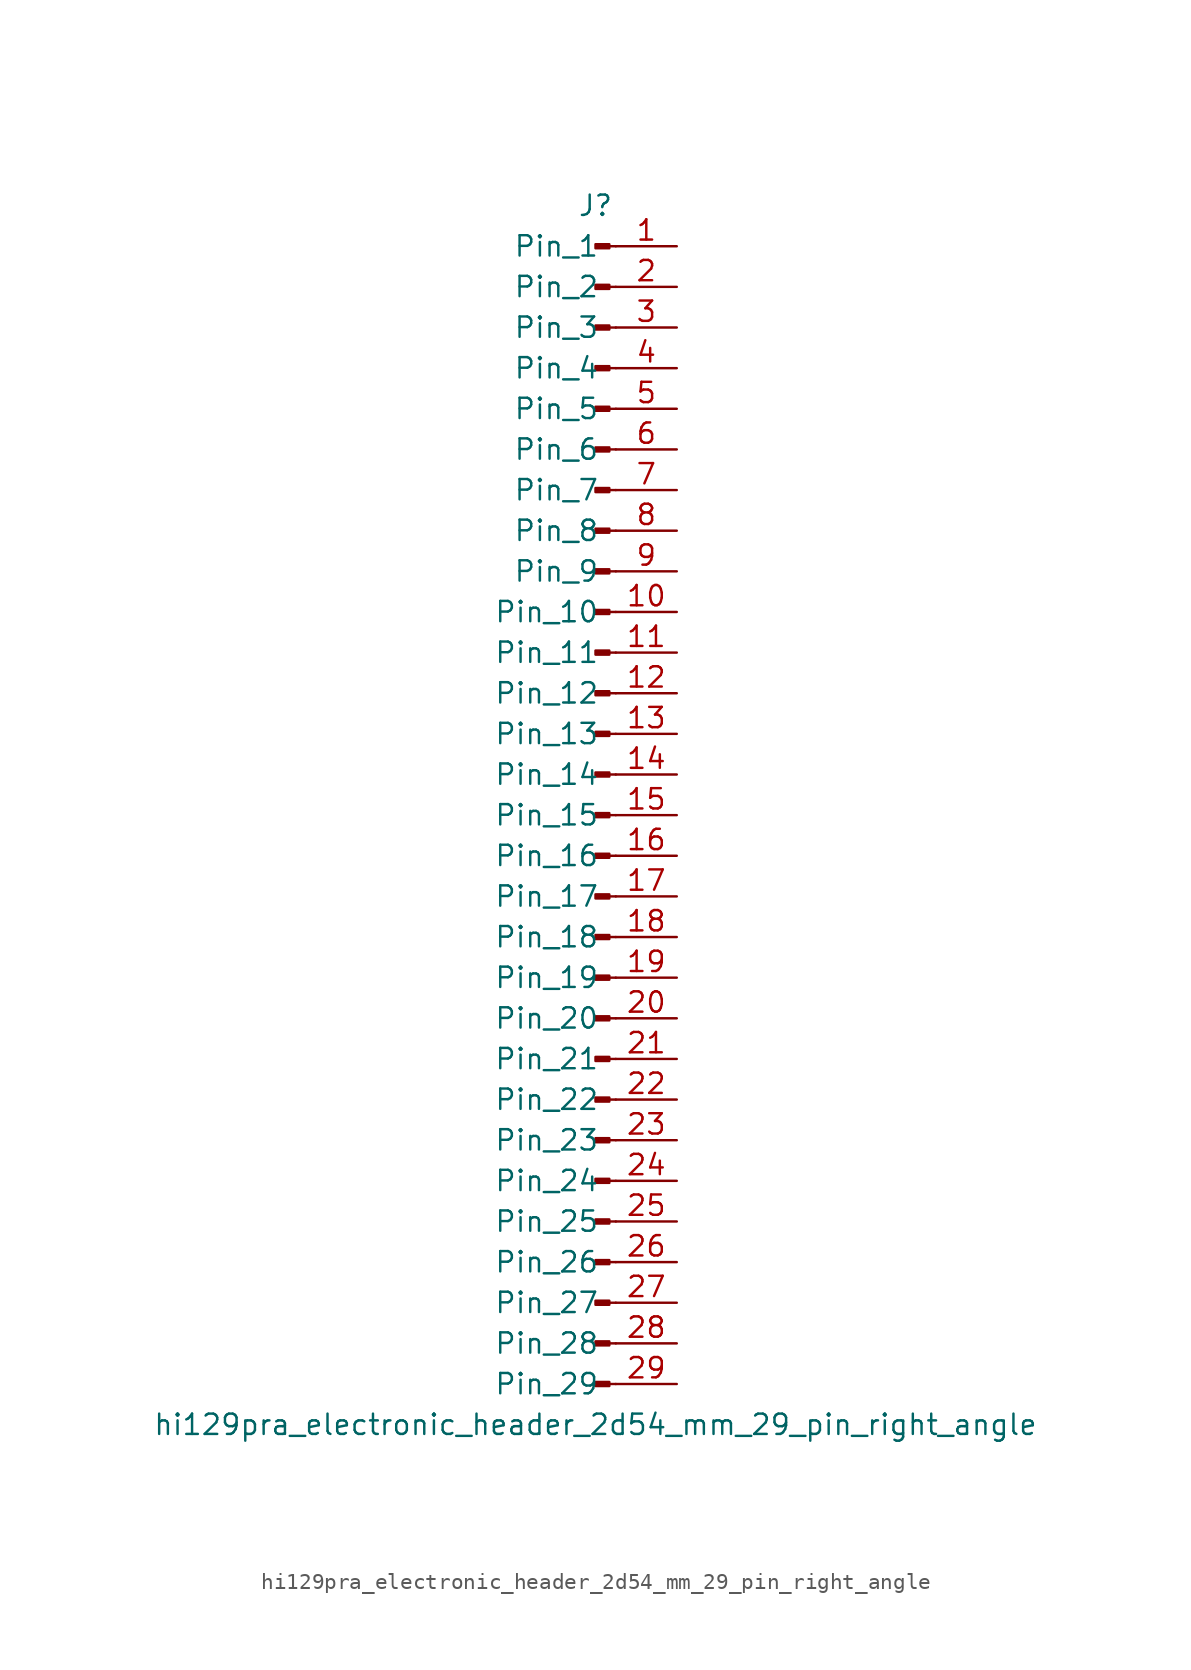
<source format=kicad_sym>
(kicad_symbol_lib
  (version 20220914)
  (generator kicad_symbol_editor)
  (symbol "hi129pra_electronic_header_2d54_mm_29_pin_right_angle"
    (pin_names
      (offset 1.016))
    (property "Reference" "J"
      (at 0 38.1 0)
      (effects (font (size 1.27 1.27))))
    (property "Value" "hi129pra_electronic_header_2d54_mm_29_pin_right_angle"
      (at 0 -38.1 0)
      (effects (font (size 1.27 1.27))))
    (property "ki_locked" ""
      (at 0 0 0)
      (effects (font (size 1.27 1.27))))
    (symbol "hi129pra_electronic_header_2d54_mm_29_pin_right_angle_1_1"
      (polyline (pts (xy 1.27 -35.56) (xy 0.864 -35.56)) (stroke (width 0.152) (type default)) (fill (type none)))
      (polyline (pts (xy 1.27 -33.02) (xy 0.864 -33.02)) (stroke (width 0.152) (type default)) (fill (type none)))
      (polyline (pts (xy 1.27 -30.48) (xy 0.864 -30.48)) (stroke (width 0.152) (type default)) (fill (type none)))
      (polyline (pts (xy 1.27 -27.94) (xy 0.864 -27.94)) (stroke (width 0.152) (type default)) (fill (type none)))
      (polyline (pts (xy 1.27 -25.4) (xy 0.864 -25.4)) (stroke (width 0.152) (type default)) (fill (type none)))
      (polyline (pts (xy 1.27 -22.86) (xy 0.864 -22.86)) (stroke (width 0.152) (type default)) (fill (type none)))
      (polyline (pts (xy 1.27 -20.32) (xy 0.864 -20.32)) (stroke (width 0.152) (type default)) (fill (type none)))
      (polyline (pts (xy 1.27 -17.78) (xy 0.864 -17.78)) (stroke (width 0.152) (type default)) (fill (type none)))
      (polyline (pts (xy 1.27 -15.24) (xy 0.864 -15.24)) (stroke (width 0.152) (type default)) (fill (type none)))
      (polyline (pts (xy 1.27 -12.7) (xy 0.864 -12.7)) (stroke (width 0.152) (type default)) (fill (type none)))
      (polyline (pts (xy 1.27 -10.16) (xy 0.864 -10.16)) (stroke (width 0.152) (type default)) (fill (type none)))
      (polyline (pts (xy 1.27 -7.62) (xy 0.864 -7.62)) (stroke (width 0.152) (type default)) (fill (type none)))
      (polyline (pts (xy 1.27 -5.08) (xy 0.864 -5.08)) (stroke (width 0.152) (type default)) (fill (type none)))
      (polyline (pts (xy 1.27 -2.54) (xy 0.864 -2.54)) (stroke (width 0.152) (type default)) (fill (type none)))
      (polyline (pts (xy 1.27 0) (xy 0.864 0)) (stroke (width 0.152) (type default)) (fill (type none)))
      (polyline (pts (xy 1.27 2.54) (xy 0.864 2.54)) (stroke (width 0.152) (type default)) (fill (type none)))
      (polyline (pts (xy 1.27 5.08) (xy 0.864 5.08)) (stroke (width 0.152) (type default)) (fill (type none)))
      (polyline (pts (xy 1.27 7.62) (xy 0.864 7.62)) (stroke (width 0.152) (type default)) (fill (type none)))
      (polyline (pts (xy 1.27 10.16) (xy 0.864 10.16)) (stroke (width 0.152) (type default)) (fill (type none)))
      (polyline (pts (xy 1.27 12.7) (xy 0.864 12.7)) (stroke (width 0.152) (type default)) (fill (type none)))
      (polyline (pts (xy 1.27 15.24) (xy 0.864 15.24)) (stroke (width 0.152) (type default)) (fill (type none)))
      (polyline (pts (xy 1.27 17.78) (xy 0.864 17.78)) (stroke (width 0.152) (type default)) (fill (type none)))
      (polyline (pts (xy 1.27 20.32) (xy 0.864 20.32)) (stroke (width 0.152) (type default)) (fill (type none)))
      (polyline (pts (xy 1.27 22.86) (xy 0.864 22.86)) (stroke (width 0.152) (type default)) (fill (type none)))
      (polyline (pts (xy 1.27 25.4) (xy 0.864 25.4)) (stroke (width 0.152) (type default)) (fill (type none)))
      (polyline (pts (xy 1.27 27.94) (xy 0.864 27.94)) (stroke (width 0.152) (type default)) (fill (type none)))
      (polyline (pts (xy 1.27 30.48) (xy 0.864 30.48)) (stroke (width 0.152) (type default)) (fill (type none)))
      (polyline (pts (xy 1.27 33.02) (xy 0.864 33.02)) (stroke (width 0.152) (type default)) (fill (type none)))
      (polyline (pts (xy 1.27 35.56) (xy 0.864 35.56)) (stroke (width 0.152) (type default)) (fill (type none)))
      (rectangle (start 0.864 -35.433) (end 0 -35.687) (stroke (width 0.152) (type default)) (fill (type outline)))
      (rectangle (start 0.864 -32.893) (end 0 -33.147) (stroke (width 0.152) (type default)) (fill (type outline)))
      (rectangle (start 0.864 -30.353) (end 0 -30.607) (stroke (width 0.152) (type default)) (fill (type outline)))
      (rectangle (start 0.864 -27.813) (end 0 -28.067) (stroke (width 0.152) (type default)) (fill (type outline)))
      (rectangle (start 0.864 -25.273) (end 0 -25.527) (stroke (width 0.152) (type default)) (fill (type outline)))
      (rectangle (start 0.864 -22.733) (end 0 -22.987) (stroke (width 0.152) (type default)) (fill (type outline)))
      (rectangle (start 0.864 -20.193) (end 0 -20.447) (stroke (width 0.152) (type default)) (fill (type outline)))
      (rectangle (start 0.864 -17.653) (end 0 -17.907) (stroke (width 0.152) (type default)) (fill (type outline)))
      (rectangle (start 0.864 -15.113) (end 0 -15.367) (stroke (width 0.152) (type default)) (fill (type outline)))
      (rectangle (start 0.864 -12.573) (end 0 -12.827) (stroke (width 0.152) (type default)) (fill (type outline)))
      (rectangle (start 0.864 -10.033) (end 0 -10.287) (stroke (width 0.152) (type default)) (fill (type outline)))
      (rectangle (start 0.864 -7.493) (end 0 -7.747) (stroke (width 0.152) (type default)) (fill (type outline)))
      (rectangle (start 0.864 -4.953) (end 0 -5.207) (stroke (width 0.152) (type default)) (fill (type outline)))
      (rectangle (start 0.864 -2.413) (end 0 -2.667) (stroke (width 0.152) (type default)) (fill (type outline)))
      (rectangle (start 0.864 0.127) (end 0 -0.127) (stroke (width 0.152) (type default)) (fill (type outline)))
      (rectangle (start 0.864 2.667) (end 0 2.413) (stroke (width 0.152) (type default)) (fill (type outline)))
      (rectangle (start 0.864 5.207) (end 0 4.953) (stroke (width 0.152) (type default)) (fill (type outline)))
      (rectangle (start 0.864 7.747) (end 0 7.493) (stroke (width 0.152) (type default)) (fill (type outline)))
      (rectangle (start 0.864 10.287) (end 0 10.033) (stroke (width 0.152) (type default)) (fill (type outline)))
      (rectangle (start 0.864 12.827) (end 0 12.573) (stroke (width 0.152) (type default)) (fill (type outline)))
      (rectangle (start 0.864 15.367) (end 0 15.113) (stroke (width 0.152) (type default)) (fill (type outline)))
      (rectangle (start 0.864 17.907) (end 0 17.653) (stroke (width 0.152) (type default)) (fill (type outline)))
      (rectangle (start 0.864 20.447) (end 0 20.193) (stroke (width 0.152) (type default)) (fill (type outline)))
      (rectangle (start 0.864 22.987) (end 0 22.733) (stroke (width 0.152) (type default)) (fill (type outline)))
      (rectangle (start 0.864 25.527) (end 0 25.273) (stroke (width 0.152) (type default)) (fill (type outline)))
      (rectangle (start 0.864 28.067) (end 0 27.813) (stroke (width 0.152) (type default)) (fill (type outline)))
      (rectangle (start 0.864 30.607) (end 0 30.353) (stroke (width 0.152) (type default)) (fill (type outline)))
      (rectangle (start 0.864 33.147) (end 0 32.893) (stroke (width 0.152) (type default)) (fill (type outline)))
      (rectangle (start 0.864 35.687) (end 0 35.433) (stroke (width 0.152) (type default)) (fill (type outline)))
      (pin passive line (at 5.08 35.56 180) (length 3.81) (name "Pin_1" (effects (font (size 1.27 1.27)))) (number "1" (effects (font (size 1.27 1.27)))))
      (pin passive line (at 5.08 12.7 180) (length 3.81) (name "Pin_10" (effects (font (size 1.27 1.27)))) (number "10" (effects (font (size 1.27 1.27)))))
      (pin passive line (at 5.08 10.16 180) (length 3.81) (name "Pin_11" (effects (font (size 1.27 1.27)))) (number "11" (effects (font (size 1.27 1.27)))))
      (pin passive line (at 5.08 7.62 180) (length 3.81) (name "Pin_12" (effects (font (size 1.27 1.27)))) (number "12" (effects (font (size 1.27 1.27)))))
      (pin passive line (at 5.08 5.08 180) (length 3.81) (name "Pin_13" (effects (font (size 1.27 1.27)))) (number "13" (effects (font (size 1.27 1.27)))))
      (pin passive line (at 5.08 2.54 180) (length 3.81) (name "Pin_14" (effects (font (size 1.27 1.27)))) (number "14" (effects (font (size 1.27 1.27)))))
      (pin passive line (at 5.08 0 180) (length 3.81) (name "Pin_15" (effects (font (size 1.27 1.27)))) (number "15" (effects (font (size 1.27 1.27)))))
      (pin passive line (at 5.08 -2.54 180) (length 3.81) (name "Pin_16" (effects (font (size 1.27 1.27)))) (number "16" (effects (font (size 1.27 1.27)))))
      (pin passive line (at 5.08 -5.08 180) (length 3.81) (name "Pin_17" (effects (font (size 1.27 1.27)))) (number "17" (effects (font (size 1.27 1.27)))))
      (pin passive line (at 5.08 -7.62 180) (length 3.81) (name "Pin_18" (effects (font (size 1.27 1.27)))) (number "18" (effects (font (size 1.27 1.27)))))
      (pin passive line (at 5.08 -10.16 180) (length 3.81) (name "Pin_19" (effects (font (size 1.27 1.27)))) (number "19" (effects (font (size 1.27 1.27)))))
      (pin passive line (at 5.08 33.02 180) (length 3.81) (name "Pin_2" (effects (font (size 1.27 1.27)))) (number "2" (effects (font (size 1.27 1.27)))))
      (pin passive line (at 5.08 -12.7 180) (length 3.81) (name "Pin_20" (effects (font (size 1.27 1.27)))) (number "20" (effects (font (size 1.27 1.27)))))
      (pin passive line (at 5.08 -15.24 180) (length 3.81) (name "Pin_21" (effects (font (size 1.27 1.27)))) (number "21" (effects (font (size 1.27 1.27)))))
      (pin passive line (at 5.08 -17.78 180) (length 3.81) (name "Pin_22" (effects (font (size 1.27 1.27)))) (number "22" (effects (font (size 1.27 1.27)))))
      (pin passive line (at 5.08 -20.32 180) (length 3.81) (name "Pin_23" (effects (font (size 1.27 1.27)))) (number "23" (effects (font (size 1.27 1.27)))))
      (pin passive line (at 5.08 -22.86 180) (length 3.81) (name "Pin_24" (effects (font (size 1.27 1.27)))) (number "24" (effects (font (size 1.27 1.27)))))
      (pin passive line (at 5.08 -25.4 180) (length 3.81) (name "Pin_25" (effects (font (size 1.27 1.27)))) (number "25" (effects (font (size 1.27 1.27)))))
      (pin passive line (at 5.08 -27.94 180) (length 3.81) (name "Pin_26" (effects (font (size 1.27 1.27)))) (number "26" (effects (font (size 1.27 1.27)))))
      (pin passive line (at 5.08 -30.48 180) (length 3.81) (name "Pin_27" (effects (font (size 1.27 1.27)))) (number "27" (effects (font (size 1.27 1.27)))))
      (pin passive line (at 5.08 -33.02 180) (length 3.81) (name "Pin_28" (effects (font (size 1.27 1.27)))) (number "28" (effects (font (size 1.27 1.27)))))
      (pin passive line (at 5.08 -35.56 180) (length 3.81) (name "Pin_29" (effects (font (size 1.27 1.27)))) (number "29" (effects (font (size 1.27 1.27)))))
      (pin passive line (at 5.08 30.48 180) (length 3.81) (name "Pin_3" (effects (font (size 1.27 1.27)))) (number "3" (effects (font (size 1.27 1.27)))))
      (pin passive line (at 5.08 27.94 180) (length 3.81) (name "Pin_4" (effects (font (size 1.27 1.27)))) (number "4" (effects (font (size 1.27 1.27)))))
      (pin passive line (at 5.08 25.4 180) (length 3.81) (name "Pin_5" (effects (font (size 1.27 1.27)))) (number "5" (effects (font (size 1.27 1.27)))))
      (pin passive line (at 5.08 22.86 180) (length 3.81) (name "Pin_6" (effects (font (size 1.27 1.27)))) (number "6" (effects (font (size 1.27 1.27)))))
      (pin passive line (at 5.08 20.32 180) (length 3.81) (name "Pin_7" (effects (font (size 1.27 1.27)))) (number "7" (effects (font (size 1.27 1.27)))))
      (pin passive line (at 5.08 17.78 180) (length 3.81) (name "Pin_8" (effects (font (size 1.27 1.27)))) (number "8" (effects (font (size 1.27 1.27)))))
      (pin passive line (at 5.08 15.24 180) (length 3.81) (name "Pin_9" (effects (font (size 1.27 1.27)))) (number "9" (effects (font (size 1.27 1.27))))))))
</source>
